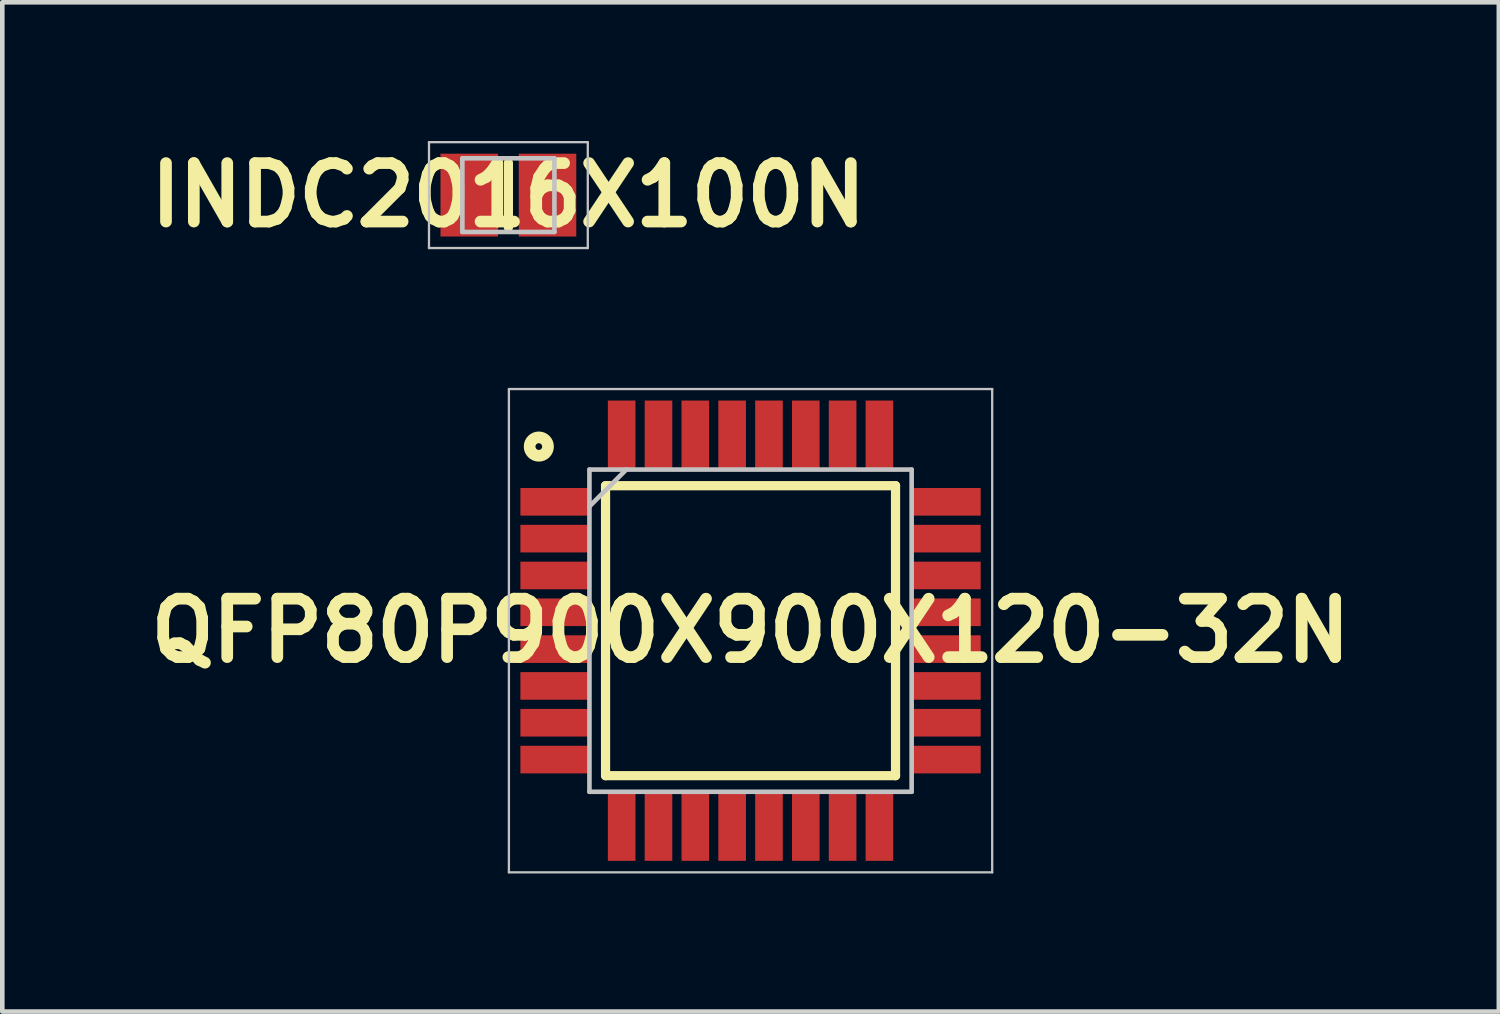
<source format=kicad_pcb>
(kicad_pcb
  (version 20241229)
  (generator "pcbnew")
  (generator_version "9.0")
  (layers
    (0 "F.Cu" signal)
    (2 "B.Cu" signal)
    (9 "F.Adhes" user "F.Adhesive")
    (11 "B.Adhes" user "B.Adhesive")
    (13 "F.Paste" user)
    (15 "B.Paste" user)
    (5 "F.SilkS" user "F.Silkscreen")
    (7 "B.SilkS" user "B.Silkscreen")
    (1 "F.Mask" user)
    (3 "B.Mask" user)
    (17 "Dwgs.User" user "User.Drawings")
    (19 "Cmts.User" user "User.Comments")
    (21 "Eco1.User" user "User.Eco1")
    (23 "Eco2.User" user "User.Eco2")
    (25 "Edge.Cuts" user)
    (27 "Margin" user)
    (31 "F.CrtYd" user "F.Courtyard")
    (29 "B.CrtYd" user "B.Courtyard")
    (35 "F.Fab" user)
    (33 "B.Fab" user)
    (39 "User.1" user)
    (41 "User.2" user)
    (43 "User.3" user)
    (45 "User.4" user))
  (footprint "QFP80P900X900X120-32N"
    (layer "F.Cu")
    (at 13.256 10.652)
    (property "Reference" "QFP80P900X900X120-32N" (at 0 0 0) (layer "F.SilkS") (effects (font (size 1.27 1.27) (thickness 0.254))))
    (attr smd)
    (fp_line (start -3.15 -3.15) (end 3.15 -3.15) (stroke (width 0.2) (type solid)) (layer "F.SilkS"))
    (fp_line (start -3.15 3.15) (end -3.15 -3.15) (stroke (width 0.2) (type solid)) (layer "F.SilkS"))
    (fp_line (start 3.15 -3.15) (end 3.15 3.15) (stroke (width 0.2) (type solid)) (layer "F.SilkS"))
    (fp_line (start 3.15 3.15) (end -3.15 3.15) (stroke (width 0.2) (type solid)) (layer "F.SilkS"))
    (fp_circle (center -4.6 -4) (end -4.8 -4) (stroke (width 0.254) (type solid)) (fill no) (layer "F.SilkS"))
    (fp_line (start -5.25 -5.25) (end 5.25 -5.25) (stroke (width 0.05) (type solid)) (layer "Dwgs.User"))
    (fp_line (start -5.25 5.25) (end -5.25 -5.25) (stroke (width 0.05) (type solid)) (layer "Dwgs.User"))
    (fp_line (start -3.5 -3.5) (end 3.5 -3.5) (stroke (width 0.1) (type solid)) (layer "Dwgs.User"))
    (fp_line (start -3.5 -2.7) (end -2.7 -3.5) (stroke (width 0.1) (type solid)) (layer "Dwgs.User"))
    (fp_line (start -3.5 3.5) (end -3.5 -3.5) (stroke (width 0.1) (type solid)) (layer "Dwgs.User"))
    (fp_line (start 3.5 -3.5) (end 3.5 3.5) (stroke (width 0.1) (type solid)) (layer "Dwgs.User"))
    (fp_line (start 3.5 3.5) (end -3.5 3.5) (stroke (width 0.1) (type solid)) (layer "Dwgs.User"))
    (fp_line (start 5.25 -5.25) (end 5.25 5.25) (stroke (width 0.05) (type solid)) (layer "Dwgs.User"))
    (fp_line (start 5.25 5.25) (end -5.25 5.25) (stroke (width 0.05) (type solid)) (layer "Dwgs.User"))
    (pad "1" smd rect (at -4.25 -2.8 90) (size 0.6 1.5) (layers "F.Cu" "F.Mask" "F.Paste"))
    (pad "2" smd rect (at -4.25 -2 90) (size 0.6 1.5) (layers "F.Cu" "F.Mask" "F.Paste"))
    (pad "3" smd rect (at -4.25 -1.2 90) (size 0.6 1.5) (layers "F.Cu" "F.Mask" "F.Paste"))
    (pad "4" smd rect (at -4.25 -0.4 90) (size 0.6 1.5) (layers "F.Cu" "F.Mask" "F.Paste"))
    (pad "5" smd rect (at -4.25 0.4 90) (size 0.6 1.5) (layers "F.Cu" "F.Mask" "F.Paste"))
    (pad "6" smd rect (at -4.25 1.2 90) (size 0.6 1.5) (layers "F.Cu" "F.Mask" "F.Paste"))
    (pad "7" smd rect (at -4.25 2 90) (size 0.6 1.5) (layers "F.Cu" "F.Mask" "F.Paste"))
    (pad "8" smd rect (at -4.25 2.8 90) (size 0.6 1.5) (layers "F.Cu" "F.Mask" "F.Paste"))
    (pad "9" smd rect (at -2.8 4.25) (size 0.6 1.5) (layers "F.Cu" "F.Mask" "F.Paste"))
    (pad "10" smd rect (at -2 4.25) (size 0.6 1.5) (layers "F.Cu" "F.Mask" "F.Paste"))
    (pad "11" smd rect (at -1.2 4.25) (size 0.6 1.5) (layers "F.Cu" "F.Mask" "F.Paste"))
    (pad "12" smd rect (at -0.4 4.25) (size 0.6 1.5) (layers "F.Cu" "F.Mask" "F.Paste"))
    (pad "13" smd rect (at 0.4 4.25) (size 0.6 1.5) (layers "F.Cu" "F.Mask" "F.Paste"))
    (pad "14" smd rect (at 1.2 4.25) (size 0.6 1.5) (layers "F.Cu" "F.Mask" "F.Paste"))
    (pad "15" smd rect (at 2 4.25) (size 0.6 1.5) (layers "F.Cu" "F.Mask" "F.Paste"))
    (pad "16" smd rect (at 2.8 4.25) (size 0.6 1.5) (layers "F.Cu" "F.Mask" "F.Paste"))
    (pad "17" smd rect (at 4.25 2.8 90) (size 0.6 1.5) (layers "F.Cu" "F.Mask" "F.Paste"))
    (pad "18" smd rect (at 4.25 2 90) (size 0.6 1.5) (layers "F.Cu" "F.Mask" "F.Paste"))
    (pad "19" smd rect (at 4.25 1.2 90) (size 0.6 1.5) (layers "F.Cu" "F.Mask" "F.Paste"))
    (pad "20" smd rect (at 4.25 0.4 90) (size 0.6 1.5) (layers "F.Cu" "F.Mask" "F.Paste"))
    (pad "21" smd rect (at 4.25 -0.4 90) (size 0.6 1.5) (layers "F.Cu" "F.Mask" "F.Paste"))
    (pad "22" smd rect (at 4.25 -1.2 90) (size 0.6 1.5) (layers "F.Cu" "F.Mask" "F.Paste"))
    (pad "23" smd rect (at 4.25 -2 90) (size 0.6 1.5) (layers "F.Cu" "F.Mask" "F.Paste"))
    (pad "24" smd rect (at 4.25 -2.8 90) (size 0.6 1.5) (layers "F.Cu" "F.Mask" "F.Paste"))
    (pad "25" smd rect (at 2.8 -4.25) (size 0.6 1.5) (layers "F.Cu" "F.Mask" "F.Paste"))
    (pad "26" smd rect (at 2 -4.25) (size 0.6 1.5) (layers "F.Cu" "F.Mask" "F.Paste"))
    (pad "27" smd rect (at 1.2 -4.25) (size 0.6 1.5) (layers "F.Cu" "F.Mask" "F.Paste"))
    (pad "28" smd rect (at 0.4 -4.25) (size 0.6 1.5) (layers "F.Cu" "F.Mask" "F.Paste"))
    (pad "29" smd rect (at -0.4 -4.25) (size 0.6 1.5) (layers "F.Cu" "F.Mask" "F.Paste"))
    (pad "30" smd rect (at -1.2 -4.25) (size 0.6 1.5) (layers "F.Cu" "F.Mask" "F.Paste"))
    (pad "31" smd rect (at -2 -4.25) (size 0.6 1.5) (layers "F.Cu" "F.Mask" "F.Paste"))
    (pad "32" smd rect (at -2.8 -4.25) (size 0.6 1.5) (layers "F.Cu" "F.Mask" "F.Paste")))
  (footprint "INDC2016X100N"
    (layer "F.Cu")
    (at 7.995 1.189)
    (property "Reference" "INDC2016X100N" (at 0 0 0) (layer "F.SilkS") (effects (font (size 1.27 1.27) (thickness 0.254))))
    (attr smd)
    (fp_line (start 0 -0.7) (end 0 0.7) (stroke (width 0.2) (type solid)) (layer "F.SilkS"))
    (fp_line (start -1.725 -1.15) (end 1.725 -1.15) (stroke (width 0.05) (type solid)) (layer "Dwgs.User"))
    (fp_line (start -1.725 1.15) (end -1.725 -1.15) (stroke (width 0.05) (type solid)) (layer "Dwgs.User"))
    (fp_line (start -1 -0.8) (end 1 -0.8) (stroke (width 0.1) (type solid)) (layer "Dwgs.User"))
    (fp_line (start -1 0.8) (end -1 -0.8) (stroke (width 0.1) (type solid)) (layer "Dwgs.User"))
    (fp_line (start 1 -0.8) (end 1 0.8) (stroke (width 0.1) (type solid)) (layer "Dwgs.User"))
    (fp_line (start 1 0.8) (end -1 0.8) (stroke (width 0.1) (type solid)) (layer "Dwgs.User"))
    (fp_line (start 1.725 -1.15) (end 1.725 1.15) (stroke (width 0.05) (type solid)) (layer "Dwgs.User"))
    (fp_line (start 1.725 1.15) (end -1.725 1.15) (stroke (width 0.05) (type solid)) (layer "Dwgs.User"))
    (pad "1" smd rect (at -0.85 0) (size 1.25 1.8) (layers "F.Cu" "F.Mask" "F.Paste"))
    (pad "2" smd rect (at 0.85 0) (size 1.25 1.8) (layers "F.Cu" "F.Mask" "F.Paste")))
  (gr_rect
    (start -3 -3)
    (end 29.513 18.927)
    (stroke (width 0.1) (type default))
    (fill no)
    (layer "Edge.Cuts")))
</source>
